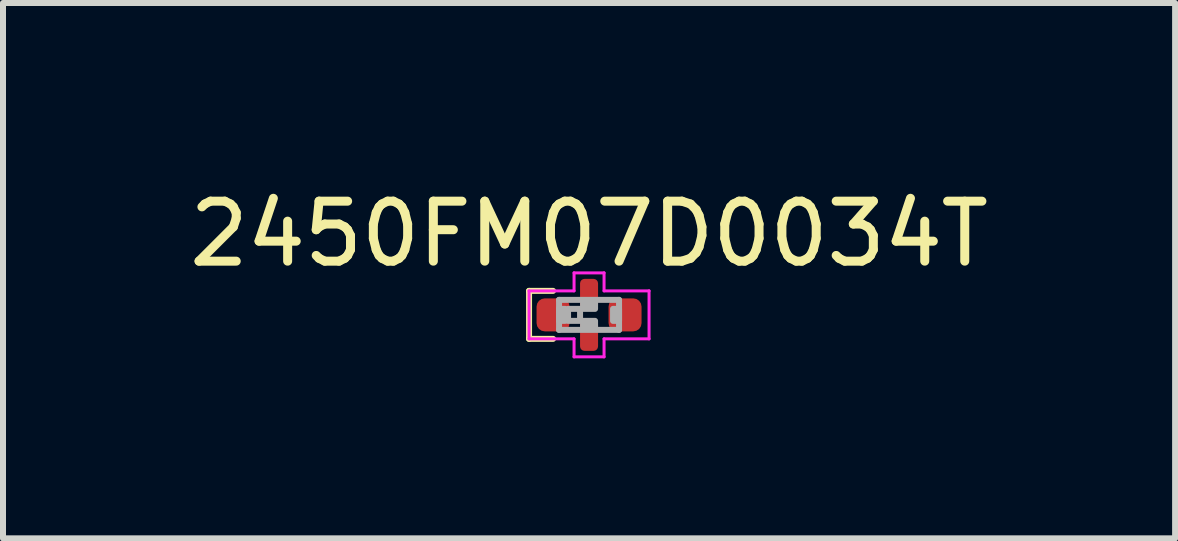
<source format=kicad_pcb>
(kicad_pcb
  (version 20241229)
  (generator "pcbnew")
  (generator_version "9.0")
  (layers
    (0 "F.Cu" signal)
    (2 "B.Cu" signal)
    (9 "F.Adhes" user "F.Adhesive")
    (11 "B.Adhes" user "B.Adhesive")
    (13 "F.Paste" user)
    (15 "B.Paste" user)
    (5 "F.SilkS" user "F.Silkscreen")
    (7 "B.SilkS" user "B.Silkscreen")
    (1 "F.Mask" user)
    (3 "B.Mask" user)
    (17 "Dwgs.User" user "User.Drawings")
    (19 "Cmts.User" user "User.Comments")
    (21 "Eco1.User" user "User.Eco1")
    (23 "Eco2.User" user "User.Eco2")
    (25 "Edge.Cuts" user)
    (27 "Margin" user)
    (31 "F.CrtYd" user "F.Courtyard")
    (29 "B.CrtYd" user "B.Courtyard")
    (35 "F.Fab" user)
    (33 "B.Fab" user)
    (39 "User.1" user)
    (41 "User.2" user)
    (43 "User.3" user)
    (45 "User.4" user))
  (footprint "2450FM07D0034T"
    (layer "F.Cu")
    (at 6.768 2.198)
    (property "Reference" "2450FM07D0034T" (at 0 -1.35 0) (layer "F.SilkS") (effects (font (size 1 1) (thickness 0.15))))
    (attr through_hole)
    (fp_line (start -1 -0.4) (end -1 0.4) (stroke (width 0.1) (type solid)) (layer "F.SilkS"))
    (fp_line (start -1 0.4) (end -0.6 0.4) (stroke (width 0.1) (type solid)) (layer "F.SilkS"))
    (fp_line (start -0.6 -0.4) (end -1 -0.4) (stroke (width 0.1) (type solid)) (layer "F.SilkS"))
    (fp_line (start -1 -0.4) (end -0.25 -0.4) (stroke (width 0.05) (type solid)) (layer "F.CrtYd"))
    (fp_line (start -1 0.4) (end -1 -0.4) (stroke (width 0.05) (type solid)) (layer "F.CrtYd"))
    (fp_line (start -0.25 -0.7) (end 0.25 -0.7) (stroke (width 0.05) (type solid)) (layer "F.CrtYd"))
    (fp_line (start -0.25 -0.4) (end -0.25 -0.7) (stroke (width 0.05) (type solid)) (layer "F.CrtYd"))
    (fp_line (start -0.25 0.4) (end -1 0.4) (stroke (width 0.05) (type solid)) (layer "F.CrtYd"))
    (fp_line (start -0.25 0.7) (end -0.25 0.4) (stroke (width 0.05) (type solid)) (layer "F.CrtYd"))
    (fp_line (start 0.25 -0.7) (end 0.25 -0.4) (stroke (width 0.05) (type solid)) (layer "F.CrtYd"))
    (fp_line (start 0.25 -0.4) (end 1 -0.4) (stroke (width 0.05) (type solid)) (layer "F.CrtYd"))
    (fp_line (start 0.25 0.4) (end 0.25 0.7) (stroke (width 0.05) (type solid)) (layer "F.CrtYd"))
    (fp_line (start 0.25 0.7) (end -0.25 0.7) (stroke (width 0.05) (type solid)) (layer "F.CrtYd"))
    (fp_line (start 1 -0.4) (end 1 0.4) (stroke (width 0.05) (type solid)) (layer "F.CrtYd"))
    (fp_line (start 1 0.4) (end 0.25 0.4) (stroke (width 0.05) (type solid)) (layer "F.CrtYd"))
    (fp_line (start -0.5 -0.25) (end -0.5 0.25) (stroke (width 0.1) (type solid)) (layer "F.Fab"))
    (fp_line (start -0.5 0.25) (end 0.5 0.25) (stroke (width 0.1) (type solid)) (layer "F.Fab"))
    (fp_line (start 0.5 -0.25) (end -0.5 -0.25) (stroke (width 0.1) (type solid)) (layer "F.Fab"))
    (fp_line (start 0.5 0.25) (end 0.5 -0.25) (stroke (width 0.1) (type solid)) (layer "F.Fab"))
    (fp_poly (pts (xy -0.4 -0.1) (xy -0.4 0.1) (xy -0.5 0.1) (xy -0.5 -0.1)) (stroke (width 0.1) (type solid)) (fill no) (layer "F.Fab"))
    (fp_poly (pts (xy -0.15 0.1) (xy -0.35 0.1) (xy -0.35 -0.1) (xy -0.15 -0.1)) (stroke (width 0.1) (type solid)) (fill no) (layer "F.Fab"))
    (fp_poly (pts (xy 0.1 -0.1) (xy -0.1 -0.1) (xy -0.1 -0.2) (xy 0.1 -0.2)) (stroke (width 0.1) (type solid)) (fill no) (layer "F.Fab"))
    (fp_poly (pts (xy 0.1 0.2) (xy -0.1 0.2) (xy -0.1 0.1) (xy 0.1 0.1)) (stroke (width 0.1) (type solid)) (fill no) (layer "F.Fab"))
    (fp_poly (pts (xy 0.5 -0.1) (xy 0.5 0.1) (xy 0.4 0.1) (xy 0.4 -0.1)) (stroke (width 0.1) (type solid)) (fill no) (layer "F.Fab"))
    (pad "1" smd roundrect (at -0.6 0) (size 0.55 0.55) (layers "F.Cu" "F.Mask" "F.Paste") (roundrect_rratio 0.25))
    (pad "2" smd roundrect (at 0 0.35) (size 0.3 0.5) (layers "F.Cu" "F.Mask" "F.Paste") (roundrect_rratio 0.25))
    (pad "3" smd roundrect (at 0.6 0) (size 0.55 0.55) (layers "F.Cu" "F.Mask" "F.Paste") (roundrect_rratio 0.25))
    (pad "4" smd roundrect (at 0 -0.35) (size 0.3 0.5) (layers "F.Cu" "F.Mask" "F.Paste") (roundrect_rratio 0.25)))
  (gr_rect
    (start -3 -3)
    (end 16.536 5.923)
    (stroke (width 0.1) (type default))
    (fill no)
    (layer "Edge.Cuts")))
</source>
